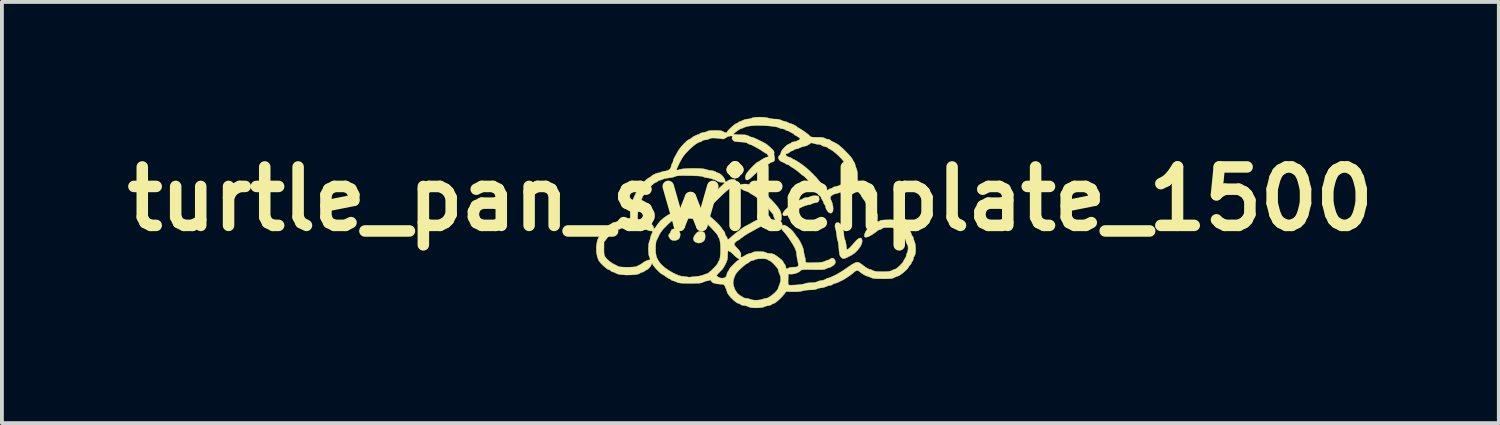
<source format=kicad_pcb>
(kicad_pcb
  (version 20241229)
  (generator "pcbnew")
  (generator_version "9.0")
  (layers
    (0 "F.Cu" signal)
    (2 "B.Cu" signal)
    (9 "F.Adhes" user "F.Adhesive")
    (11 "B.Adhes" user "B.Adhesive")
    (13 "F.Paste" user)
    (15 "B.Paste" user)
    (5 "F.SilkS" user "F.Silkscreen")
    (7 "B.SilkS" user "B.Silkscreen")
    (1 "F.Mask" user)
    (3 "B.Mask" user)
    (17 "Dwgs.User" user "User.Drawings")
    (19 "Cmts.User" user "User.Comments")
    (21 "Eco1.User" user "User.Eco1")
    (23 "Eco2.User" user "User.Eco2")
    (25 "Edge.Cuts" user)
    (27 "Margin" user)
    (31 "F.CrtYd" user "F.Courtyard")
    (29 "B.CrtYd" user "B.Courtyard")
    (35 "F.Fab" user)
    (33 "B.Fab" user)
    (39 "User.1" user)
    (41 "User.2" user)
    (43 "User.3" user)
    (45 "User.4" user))
  (footprint "turtle_pan_switchplate_1500"
    (layer "F.Cu")
    (at 16.517 2.138)
    (property "Reference" "turtle_pan_switchplate_1500" (at 0 0 0) (layer "F.SilkS") (effects (font (size 1.524 1.524) (thickness 0.3))))
    (attr through_hole)
    (fp_poly (pts (xy -1.235 0.854) (xy -1.198 0.88) (xy -1.181 0.929) (xy -1.178 0.983) (xy -1.183 1.04) (xy -1.201 1.079) (xy -1.227 1.107) (xy -1.289 1.143) (xy -1.359 1.151) (xy -1.426 1.129) (xy -1.446 1.116) (xy -1.481 1.074) (xy -1.487 1.024) (xy -1.462 0.965) (xy -1.43 0.92) (xy -1.392 0.877) (xy -1.36 0.855) (xy -1.324 0.847) (xy -1.296 0.847) (xy -1.235 0.854)) (stroke (width 0.01) (type solid)) (fill yes) (layer "F.SilkS"))
    (fp_poly (pts (xy -1.905 0.794) (xy -1.859 0.836) (xy -1.833 0.898) (xy -1.829 0.941) (xy -1.842 1.009) (xy -1.881 1.056) (xy -1.944 1.08) (xy -1.981 1.083) (xy -2.035 1.078) (xy -2.07 1.061) (xy -2.095 1.034) (xy -2.127 0.982) (xy -2.13 0.94) (xy -2.11 0.911) (xy -2.087 0.876) (xy -2.074 0.846) (xy -2.055 0.806) (xy -2.024 0.785) (xy -1.97 0.779) (xy -1.963 0.779) (xy -1.905 0.794)) (stroke (width 0.01) (type solid)) (fill yes) (layer "F.SilkS"))
    (fp_poly (pts (xy 1.715 -0.083) (xy 1.76 -0.075) (xy 1.784 -0.059) (xy 1.785 -0.058) (xy 1.798 0.009) (xy 1.782 0.06) (xy 1.74 0.092) (xy 1.682 0.102) (xy 1.634 0.111) (xy 1.601 0.128) (xy 1.559 0.147) (xy 1.521 0.152) (xy 1.477 0.16) (xy 1.416 0.18) (xy 1.348 0.208) (xy 1.287 0.239) (xy 1.251 0.258) (xy 1.222 0.271) (xy 1.189 0.289) (xy 1.139 0.321) (xy 1.083 0.359) (xy 1.076 0.364) (xy 1 0.411) (xy 0.934 0.437) (xy 0.883 0.441) (xy 0.858 0.429) (xy 0.844 0.395) (xy 0.859 0.349) (xy 0.905 0.291) (xy 0.953 0.246) (xy 1.007 0.199) (xy 1.055 0.16) (xy 1.089 0.134) (xy 1.095 0.131) (xy 1.176 0.086) (xy 1.245 0.05) (xy 1.298 0.026) (xy 1.327 0.017) (xy 1.329 0.017) (xy 1.357 0.005) (xy 1.372 -0.008) (xy 1.402 -0.026) (xy 1.448 -0.034) (xy 1.454 -0.034) (xy 1.509 -0.042) (xy 1.556 -0.058) (xy 1.558 -0.059) (xy 1.603 -0.076) (xy 1.659 -0.084) (xy 1.715 -0.083)) (stroke (width 0.01) (type solid)) (fill yes) (layer "F.SilkS"))
    (fp_poly (pts (xy 2.298 0.619) (xy 2.342 0.645) (xy 2.373 0.687) (xy 2.38 0.707) (xy 2.396 0.758) (xy 2.414 0.798) (xy 2.429 0.843) (xy 2.438 0.902) (xy 2.439 0.925) (xy 2.444 0.986) (xy 2.457 1.04) (xy 2.464 1.055) (xy 2.479 1.098) (xy 2.492 1.159) (xy 2.5 1.212) (xy 2.506 1.268) (xy 2.513 1.307) (xy 2.518 1.321) (xy 2.551 1.307) (xy 2.598 1.267) (xy 2.661 1.198) (xy 2.692 1.16) (xy 2.762 1.083) (xy 2.819 1.035) (xy 2.864 1.016) (xy 2.896 1.027) (xy 2.913 1.067) (xy 2.916 1.107) (xy 2.902 1.174) (xy 2.863 1.249) (xy 2.806 1.325) (xy 2.736 1.396) (xy 2.659 1.454) (xy 2.622 1.474) (xy 2.567 1.502) (xy 2.517 1.527) (xy 2.504 1.534) (xy 2.443 1.556) (xy 2.395 1.547) (xy 2.355 1.508) (xy 2.355 1.508) (xy 2.336 1.475) (xy 2.323 1.43) (xy 2.314 1.366) (xy 2.309 1.292) (xy 2.302 1.217) (xy 2.294 1.152) (xy 2.285 1.106) (xy 2.28 1.092) (xy 2.269 1.059) (xy 2.259 1.003) (xy 2.251 0.94) (xy 2.242 0.871) (xy 2.23 0.809) (xy 2.218 0.769) (xy 2.205 0.711) (xy 2.213 0.66) (xy 2.239 0.625) (xy 2.253 0.618) (xy 2.298 0.619)) (stroke (width 0.01) (type solid)) (fill yes) (layer "F.SilkS"))
    (fp_poly (pts (xy -0.108 -0.389) (xy -0.054 -0.381) (xy -0.02 -0.367) (xy -0.017 -0.364) (xy 0.01 -0.342) (xy 0.023 -0.338) (xy 0.056 -0.329) (xy 0.109 -0.304) (xy 0.176 -0.269) (xy 0.248 -0.226) (xy 0.296 -0.195) (xy 0.378 -0.133) (xy 0.468 -0.055) (xy 0.557 0.032) (xy 0.641 0.123) (xy 0.713 0.209) (xy 0.765 0.285) (xy 0.774 0.301) (xy 0.796 0.36) (xy 0.81 0.428) (xy 0.813 0.494) (xy 0.806 0.547) (xy 0.792 0.572) (xy 0.752 0.592) (xy 0.705 0.582) (xy 0.657 0.545) (xy 0.653 0.541) (xy 0.625 0.498) (xy 0.61 0.458) (xy 0.609 0.452) (xy 0.598 0.413) (xy 0.572 0.372) (xy 0.571 0.371) (xy 0.542 0.337) (xy 0.499 0.287) (xy 0.452 0.23) (xy 0.444 0.221) (xy 0.385 0.156) (xy 0.318 0.09) (xy 0.257 0.037) (xy 0.209 -0.002) (xy 0.172 -0.034) (xy 0.153 -0.05) (xy 0.152 -0.051) (xy 0.134 -0.064) (xy 0.096 -0.088) (xy 0.059 -0.109) (xy 0.012 -0.138) (xy -0.023 -0.161) (xy -0.034 -0.171) (xy -0.055 -0.184) (xy -0.091 -0.196) (xy -0.15 -0.216) (xy -0.208 -0.245) (xy -0.255 -0.277) (xy -0.283 -0.306) (xy -0.285 -0.314) (xy -0.278 -0.348) (xy -0.261 -0.367) (xy -0.223 -0.382) (xy -0.168 -0.389) (xy -0.108 -0.389)) (stroke (width 0.01) (type solid)) (fill yes) (layer "F.SilkS"))
    (fp_poly (pts (xy 0.31 -2.132) (xy 0.39 -2.125) (xy 0.455 -2.114) (xy 0.474 -2.108) (xy 0.532 -2.094) (xy 0.605 -2.085) (xy 0.65 -2.083) (xy 0.716 -2.079) (xy 0.768 -2.069) (xy 0.788 -2.06) (xy 0.827 -2.042) (xy 0.879 -2.026) (xy 0.888 -2.025) (xy 0.941 -2.01) (xy 0.984 -1.992) (xy 0.989 -1.988) (xy 1.028 -1.969) (xy 1.053 -1.964) (xy 1.083 -1.956) (xy 1.128 -1.936) (xy 1.175 -1.911) (xy 1.211 -1.887) (xy 1.219 -1.879) (xy 1.239 -1.863) (xy 1.271 -1.844) (xy 1.335 -1.807) (xy 1.404 -1.76) (xy 1.469 -1.713) (xy 1.521 -1.671) (xy 1.54 -1.653) (xy 1.561 -1.632) (xy 1.584 -1.619) (xy 1.616 -1.612) (xy 1.666 -1.609) (xy 1.741 -1.609) (xy 1.744 -1.609) (xy 1.834 -1.607) (xy 1.895 -1.6) (xy 1.932 -1.589) (xy 1.94 -1.584) (xy 1.982 -1.564) (xy 2.018 -1.558) (xy 2.056 -1.552) (xy 2.074 -1.541) (xy 2.096 -1.522) (xy 2.134 -1.5) (xy 2.139 -1.498) (xy 2.191 -1.472) (xy 2.248 -1.443) (xy 2.255 -1.439) (xy 2.299 -1.41) (xy 2.357 -1.362) (xy 2.423 -1.302) (xy 2.491 -1.235) (xy 2.556 -1.168) (xy 2.611 -1.106) (xy 2.65 -1.056) (xy 2.666 -1.029) (xy 2.686 -0.987) (xy 2.704 -0.961) (xy 2.707 -0.958) (xy 2.72 -0.936) (xy 2.732 -0.896) (xy 2.733 -0.89) (xy 2.749 -0.834) (xy 2.769 -0.784) (xy 2.784 -0.732) (xy 2.793 -0.651) (xy 2.794 -0.59) (xy 2.794 -0.444) (xy 2.874 -0.38) (xy 2.925 -0.337) (xy 2.971 -0.295) (xy 2.992 -0.272) (xy 3.026 -0.234) (xy 3.054 -0.203) (xy 3.079 -0.165) (xy 3.088 -0.144) (xy 3.106 -0.11) (xy 3.137 -0.067) (xy 3.15 -0.053) (xy 3.181 -0.011) (xy 3.199 0.024) (xy 3.2 0.034) (xy 3.213 0.07) (xy 3.223 0.083) (xy 3.238 0.11) (xy 3.252 0.157) (xy 3.257 0.193) (xy 3.269 0.26) (xy 3.287 0.325) (xy 3.295 0.349) (xy 3.314 0.419) (xy 3.312 0.501) (xy 3.312 0.503) (xy 3.307 0.555) (xy 3.31 0.582) (xy 3.322 0.592) (xy 3.334 0.593) (xy 3.365 0.583) (xy 3.374 0.572) (xy 3.391 0.561) (xy 3.436 0.553) (xy 3.511 0.547) (xy 3.568 0.545) (xy 3.666 0.544) (xy 3.742 0.549) (xy 3.807 0.565) (xy 3.873 0.594) (xy 3.951 0.639) (xy 3.989 0.664) (xy 4.043 0.705) (xy 4.098 0.758) (xy 4.146 0.815) (xy 4.182 0.868) (xy 4.199 0.91) (xy 4.199 0.916) (xy 4.212 0.95) (xy 4.225 0.965) (xy 4.246 0.999) (xy 4.25 1.022) (xy 4.259 1.062) (xy 4.279 1.108) (xy 4.279 1.109) (xy 4.296 1.158) (xy 4.307 1.225) (xy 4.311 1.301) (xy 4.308 1.376) (xy 4.299 1.439) (xy 4.283 1.481) (xy 4.28 1.486) (xy 4.257 1.528) (xy 4.25 1.561) (xy 4.241 1.603) (xy 4.225 1.626) (xy 4.203 1.655) (xy 4.199 1.67) (xy 4.188 1.698) (xy 4.166 1.723) (xy 4.14 1.749) (xy 4.132 1.766) (xy 4.119 1.792) (xy 4.085 1.832) (xy 4.037 1.879) (xy 3.981 1.926) (xy 3.926 1.969) (xy 3.877 2) (xy 3.843 2.015) (xy 3.839 2.015) (xy 3.812 2.023) (xy 3.769 2.041) (xy 3.755 2.049) (xy 3.725 2.063) (xy 3.692 2.072) (xy 3.648 2.078) (xy 3.587 2.081) (xy 3.502 2.082) (xy 3.45 2.082) (xy 3.349 2.081) (xy 3.276 2.079) (xy 3.222 2.073) (xy 3.182 2.065) (xy 3.148 2.052) (xy 3.141 2.049) (xy 3.096 2.029) (xy 3.064 2.017) (xy 3.058 2.016) (xy 3.023 2.006) (xy 2.973 1.981) (xy 2.92 1.95) (xy 2.876 1.918) (xy 2.862 1.905) (xy 2.812 1.87) (xy 2.763 1.868) (xy 2.713 1.901) (xy 2.709 1.906) (xy 2.669 1.941) (xy 2.611 1.985) (xy 2.543 2.033) (xy 2.475 2.077) (xy 2.417 2.111) (xy 2.388 2.125) (xy 2.357 2.139) (xy 2.312 2.162) (xy 2.3 2.168) (xy 2.252 2.189) (xy 2.212 2.201) (xy 2.204 2.201) (xy 2.166 2.214) (xy 2.151 2.227) (xy 2.118 2.246) (xy 2.085 2.253) (xy 2.042 2.26) (xy 1.988 2.279) (xy 1.973 2.286) (xy 1.912 2.308) (xy 1.849 2.319) (xy 1.837 2.32) (xy 1.785 2.327) (xy 1.742 2.342) (xy 1.737 2.346) (xy 1.697 2.361) (xy 1.627 2.369) (xy 1.572 2.371) (xy 1.49 2.375) (xy 1.412 2.385) (xy 1.362 2.397) (xy 1.3 2.412) (xy 1.22 2.419) (xy 1.115 2.42) (xy 1.108 2.42) (xy 0.932 2.415) (xy 0.873 2.493) (xy 0.827 2.547) (xy 0.773 2.603) (xy 0.716 2.655) (xy 0.665 2.696) (xy 0.624 2.721) (xy 0.608 2.726) (xy 0.573 2.738) (xy 0.561 2.749) (xy 0.533 2.766) (xy 0.486 2.779) (xy 0.463 2.783) (xy 0.41 2.794) (xy 0.37 2.808) (xy 0.36 2.814) (xy 0.331 2.824) (xy 0.278 2.832) (xy 0.211 2.838) (xy 0.139 2.84) (xy 0.072 2.838) (xy 0.019 2.832) (xy 0.008 2.83) (xy -0.042 2.814) (xy -0.079 2.797) (xy -0.123 2.783) (xy -0.175 2.777) (xy -0.175 2.777) (xy -0.22 2.77) (xy -0.253 2.753) (xy -0.254 2.752) (xy -0.286 2.73) (xy -0.303 2.726) (xy -0.34 2.714) (xy -0.39 2.68) (xy -0.446 2.632) (xy -0.503 2.576) (xy -0.553 2.518) (xy -0.59 2.466) (xy -0.609 2.425) (xy -0.609 2.418) (xy -0.616 2.391) (xy -0.632 2.345) (xy -0.647 2.311) (xy -0.67 2.262) (xy -0.69 2.237) (xy -0.717 2.227) (xy -0.753 2.224) (xy -0.812 2.22) (xy -0.866 2.212) (xy -0.872 2.211) (xy -0.918 2.201) (xy -0.448 2.201) (xy -0.438 2.256) (xy -0.432 2.281) (xy -0.392 2.383) (xy -0.333 2.466) (xy -0.26 2.524) (xy -0.255 2.526) (xy -0.212 2.55) (xy -0.183 2.571) (xy -0.18 2.573) (xy -0.152 2.585) (xy -0.108 2.591) (xy -0.102 2.591) (xy -0.048 2.599) (xy -0.001 2.616) (xy 0 2.616) (xy 0.05 2.632) (xy 0.12 2.64) (xy 0.197 2.638) (xy 0.269 2.629) (xy 0.311 2.616) (xy 0.363 2.599) (xy 0.41 2.591) (xy 0.415 2.591) (xy 0.455 2.579) (xy 0.508 2.549) (xy 0.567 2.506) (xy 0.626 2.456) (xy 0.677 2.405) (xy 0.713 2.359) (xy 0.728 2.324) (xy 0.728 2.323) (xy 0.735 2.299) (xy 0.751 2.257) (xy 0.762 2.233) (xy 0.791 2.131) (xy 0.787 2.03) (xy 0.762 1.956) (xy 0.741 1.905) (xy 0.73 1.861) (xy 0.729 1.851) (xy 0.717 1.823) (xy 0.686 1.781) (xy 0.644 1.732) (xy 0.597 1.683) (xy 0.552 1.642) (xy 0.516 1.615) (xy 0.5 1.609) (xy 0.472 1.597) (xy 0.457 1.583) (xy 0.429 1.569) (xy 0.376 1.561) (xy 0.31 1.558) (xy 0.24 1.559) (xy 0.176 1.566) (xy 0.128 1.579) (xy 0.119 1.583) (xy 0.074 1.602) (xy 0.041 1.608) (xy 0.003 1.621) (xy -0.025 1.643) (xy -0.054 1.668) (xy -0.072 1.676) (xy -0.097 1.688) (xy -0.14 1.718) (xy -0.192 1.762) (xy -0.249 1.813) (xy -0.303 1.866) (xy -0.348 1.915) (xy -0.378 1.953) (xy -0.4 1.997) (xy -0.423 2.058) (xy -0.433 2.093) (xy -0.446 2.152) (xy -0.448 2.201) (xy -0.918 2.201) (xy -0.922 2.2) (xy -0.961 2.192) (xy -0.996 2.172) (xy -1.022 2.139) (xy -1.042 2.111) (xy -1.057 2.114) (xy -1.081 2.129) (xy -1.115 2.134) (xy -1.159 2.142) (xy -1.212 2.162) (xy -1.224 2.167) (xy -1.251 2.18) (xy -1.281 2.189) (xy -1.32 2.195) (xy -1.375 2.199) (xy -1.45 2.2) (xy -1.553 2.201) (xy -1.571 2.201) (xy -1.679 2.2) (xy -1.76 2.198) (xy -1.818 2.194) (xy -1.862 2.188) (xy -1.895 2.179) (xy -1.922 2.167) (xy -1.97 2.147) (xy -2.009 2.135) (xy -2.017 2.134) (xy -2.051 2.122) (xy -2.066 2.108) (xy -2.093 2.087) (xy -2.108 2.083) (xy -2.132 2.073) (xy -2.172 2.048) (xy -2.206 2.024) (xy -2.251 1.991) (xy -2.286 1.97) (xy -2.3 1.964) (xy -2.321 1.952) (xy -2.358 1.921) (xy -2.404 1.877) (xy -2.452 1.828) (xy -2.495 1.779) (xy -2.528 1.737) (xy -2.543 1.713) (xy -2.561 1.668) (xy -2.581 1.714) (xy -2.604 1.756) (xy -2.637 1.798) (xy -2.671 1.831) (xy -2.696 1.846) (xy -2.697 1.846) (xy -2.72 1.855) (xy -2.754 1.879) (xy -2.756 1.88) (xy -2.795 1.904) (xy -2.828 1.913) (xy -2.864 1.926) (xy -2.877 1.937) (xy -2.909 1.955) (xy -2.968 1.969) (xy -3.046 1.978) (xy -3.136 1.982) (xy -3.23 1.983) (xy -3.321 1.978) (xy -3.403 1.969) (xy -3.467 1.955) (xy -3.506 1.937) (xy -3.506 1.937) (xy -3.542 1.917) (xy -3.586 1.903) (xy -3.625 1.889) (xy -3.647 1.87) (xy -3.648 1.869) (xy -3.67 1.849) (xy -3.688 1.846) (xy -3.717 1.834) (xy -3.762 1.803) (xy -3.814 1.759) (xy -3.867 1.709) (xy -3.914 1.659) (xy -3.948 1.616) (xy -3.955 1.604) (xy -3.991 1.508) (xy -4.013 1.394) (xy -4.017 1.294) (xy -3.817 1.294) (xy -3.817 1.374) (xy -3.814 1.429) (xy -3.806 1.468) (xy -3.793 1.499) (xy -3.776 1.526) (xy -3.734 1.574) (xy -3.674 1.626) (xy -3.607 1.674) (xy -3.545 1.709) (xy -3.521 1.719) (xy -3.479 1.739) (xy -3.458 1.755) (xy -3.431 1.766) (xy -3.378 1.773) (xy -3.307 1.778) (xy -3.226 1.78) (xy -3.143 1.779) (xy -3.066 1.775) (xy -3.002 1.769) (xy -2.959 1.76) (xy -2.946 1.753) (xy -2.919 1.731) (xy -2.904 1.727) (xy -2.88 1.718) (xy -2.84 1.693) (xy -2.804 1.667) (xy -2.75 1.631) (xy -2.695 1.605) (xy -2.667 1.597) (xy -2.625 1.588) (xy -2.611 1.572) (xy -2.619 1.541) (xy -2.633 1.513) (xy -2.647 1.467) (xy -2.655 1.398) (xy -2.659 1.317) (xy -2.658 1.296) (xy -2.472 1.296) (xy -2.468 1.406) (xy -2.452 1.494) (xy -2.42 1.572) (xy -2.37 1.651) (xy -2.344 1.685) (xy -2.287 1.744) (xy -2.211 1.806) (xy -2.121 1.867) (xy -2.026 1.923) (xy -1.933 1.969) (xy -1.849 2.002) (xy -1.782 2.017) (xy -1.776 2.017) (xy -1.716 2.022) (xy -1.661 2.03) (xy -1.651 2.032) (xy -1.603 2.04) (xy -1.566 2.038) (xy -1.533 2.033) (xy -1.478 2.027) (xy -1.412 2.021) (xy -1.405 2.021) (xy -1.332 2.011) (xy -1.267 1.997) (xy -0.886 1.997) (xy -0.845 2.031) (xy -0.794 2.058) (xy -0.734 2.067) (xy -0.678 2.058) (xy -0.638 2.031) (xy -0.636 2.028) (xy -0.616 1.986) (xy -0.61 1.954) (xy -0.599 1.915) (xy -0.586 1.898) (xy -0.563 1.866) (xy -0.552 1.839) (xy -0.537 1.813) (xy -0.504 1.773) (xy -0.459 1.725) (xy -0.41 1.677) (xy -0.363 1.634) (xy -0.325 1.603) (xy -0.303 1.592) (xy -0.288 1.583) (xy -0.295 1.566) (xy -0.319 1.55) (xy -0.32 1.55) (xy -0.348 1.533) (xy -0.39 1.498) (xy -0.434 1.456) (xy -0.478 1.413) (xy -0.515 1.383) (xy -0.537 1.372) (xy -0.537 1.372) (xy -0.557 1.36) (xy -0.559 1.354) (xy -0.569 1.344) (xy -0.576 1.346) (xy -0.584 1.367) (xy -0.59 1.412) (xy -0.593 1.472) (xy -0.593 1.473) (xy -0.595 1.541) (xy -0.605 1.596) (xy -0.626 1.652) (xy -0.652 1.705) (xy -0.684 1.763) (xy -0.712 1.81) (xy -0.731 1.836) (xy -0.733 1.838) (xy -0.756 1.86) (xy -0.792 1.897) (xy -0.82 1.926) (xy -0.886 1.997) (xy -1.267 1.997) (xy -1.263 1.996) (xy -1.216 1.979) (xy -1.169 1.959) (xy -1.132 1.948) (xy -1.126 1.947) (xy -1.102 1.936) (xy -1.063 1.905) (xy -1.014 1.861) (xy -0.962 1.81) (xy -0.913 1.759) (xy -0.874 1.714) (xy -0.851 1.681) (xy -0.847 1.67) (xy -0.835 1.638) (xy -0.82 1.618) (xy -0.802 1.582) (xy -0.789 1.521) (xy -0.78 1.441) (xy -0.777 1.351) (xy -0.778 1.258) (xy -0.783 1.17) (xy -0.793 1.094) (xy -0.808 1.039) (xy -0.821 1.017) (xy -0.842 0.981) (xy -0.847 0.958) (xy -0.858 0.936) (xy -0.89 0.896) (xy -0.937 0.842) (xy -0.996 0.778) (xy -1.03 0.744) (xy -1.213 0.559) (xy -1.297 0.559) (xy -1.357 0.554) (xy -1.404 0.54) (xy -1.415 0.534) (xy -1.447 0.523) (xy -1.503 0.514) (xy -1.576 0.509) (xy -1.658 0.506) (xy -1.741 0.507) (xy -1.818 0.511) (xy -1.881 0.518) (xy -1.921 0.527) (xy -1.93 0.533) (xy -1.963 0.553) (xy -1.995 0.559) (xy -2.018 0.56) (xy -2.039 0.567) (xy -2.064 0.583) (xy -2.098 0.614) (xy -2.149 0.662) (xy -2.176 0.689) (xy -2.248 0.762) (xy -2.301 0.821) (xy -2.339 0.873) (xy -2.37 0.927) (xy -2.385 0.957) (xy -2.412 1.014) (xy -2.437 1.066) (xy -2.448 1.086) (xy -2.462 1.135) (xy -2.47 1.215) (xy -2.472 1.296) (xy -2.658 1.296) (xy -2.656 1.235) (xy -2.649 1.163) (xy -2.636 1.113) (xy -2.617 1.058) (xy -2.602 0.997) (xy -2.6 0.991) (xy -2.586 0.94) (xy -2.567 0.9) (xy -2.562 0.894) (xy -2.547 0.862) (xy -2.557 0.838) (xy -2.587 0.834) (xy -2.59 0.834) (xy -2.626 0.832) (xy -2.66 0.82) (xy -2.706 0.804) (xy -2.76 0.796) (xy -2.761 0.796) (xy -2.813 0.788) (xy -2.858 0.769) (xy -2.859 0.769) (xy -2.897 0.755) (xy -2.959 0.745) (xy -3.038 0.74) (xy -3.125 0.738) (xy -3.21 0.74) (xy -3.286 0.746) (xy -3.344 0.757) (xy -3.371 0.767) (xy -3.417 0.789) (xy -3.457 0.796) (xy -3.496 0.803) (xy -3.517 0.817) (xy -3.539 0.839) (xy -3.578 0.869) (xy -3.594 0.881) (xy -3.638 0.916) (xy -3.689 0.967) (xy -3.737 1.023) (xy -3.816 1.123) (xy -3.817 1.294) (xy -4.017 1.294) (xy -4.018 1.275) (xy -4.011 1.196) (xy -4 1.132) (xy -3.988 1.08) (xy -3.979 1.05) (xy -3.978 1.05) (xy -3.962 1.02) (xy -3.939 0.974) (xy -3.928 0.953) (xy -3.902 0.913) (xy -3.862 0.862) (xy -3.813 0.806) (xy -3.761 0.752) (xy -3.712 0.705) (xy -3.673 0.673) (xy -3.649 0.66) (xy -3.621 0.649) (xy -3.607 0.635) (xy -3.575 0.616) (xy -3.539 0.61) (xy -3.497 0.601) (xy -3.472 0.585) (xy -3.442 0.565) (xy -3.396 0.551) (xy -3.389 0.55) (xy -3.337 0.541) (xy -3.27 0.529) (xy -3.23 0.521) (xy -3.133 0.501) (xy -3.133 0.5) (xy -2.941 0.5) (xy -2.938 0.527) (xy -2.929 0.539) (xy -2.914 0.542) (xy -2.908 0.542) (xy -2.869 0.55) (xy -2.819 0.569) (xy -2.807 0.576) (xy -2.76 0.597) (xy -2.723 0.609) (xy -2.716 0.61) (xy -2.683 0.617) (xy -2.64 0.635) (xy -2.636 0.637) (xy -2.592 0.66) (xy -2.559 0.676) (xy -2.557 0.677) (xy -2.536 0.702) (xy -2.526 0.734) (xy -2.519 0.768) (xy -2.505 0.775) (xy -2.482 0.754) (xy -2.448 0.704) (xy -2.406 0.644) (xy -2.356 0.584) (xy -2.339 0.566) (xy -2.285 0.517) (xy -2.221 0.468) (xy -2.156 0.425) (xy -2.098 0.392) (xy -2.054 0.374) (xy -2.043 0.373) (xy -1.999 0.363) (xy -1.972 0.349) (xy -1.945 0.339) (xy -1.894 0.331) (xy -1.814 0.323) (xy -1.706 0.317) (xy -1.626 0.313) (xy -1.515 0.309) (xy -1.433 0.304) (xy -1.375 0.299) (xy -1.337 0.294) (xy -1.312 0.286) (xy -1.297 0.276) (xy -1.287 0.265) (xy -1.264 0.226) (xy -1.253 0.201) (xy -1.234 0.168) (xy -1.195 0.116) (xy -1.139 0.051) (xy -1.071 -0.025) (xy -0.994 -0.106) (xy -0.912 -0.188) (xy -0.831 -0.267) (xy -0.753 -0.337) (xy -0.739 -0.35) (xy -0.7 -0.387) (xy -0.675 -0.415) (xy -0.672 -0.428) (xy -0.696 -0.433) (xy -0.74 -0.436) (xy -0.757 -0.436) (xy -0.816 -0.443) (xy -0.855 -0.463) (xy -0.887 -0.486) (xy -0.908 -0.491) (xy -0.941 -0.5) (xy -0.97 -0.514) (xy -1.007 -0.529) (xy -1.064 -0.542) (xy -1.108 -0.549) (xy -1.167 -0.558) (xy -1.213 -0.571) (xy -1.233 -0.58) (xy -1.259 -0.589) (xy -1.312 -0.596) (xy -1.396 -0.601) (xy -1.512 -0.605) (xy -1.584 -0.607) (xy -1.702 -0.608) (xy -1.79 -0.608) (xy -1.855 -0.606) (xy -1.902 -0.602) (xy -1.935 -0.596) (xy -1.959 -0.587) (xy -1.963 -0.585) (xy -2.008 -0.569) (xy -2.072 -0.555) (xy -2.13 -0.548) (xy -2.194 -0.539) (xy -2.25 -0.527) (xy -2.281 -0.514) (xy -2.322 -0.496) (xy -2.351 -0.491) (xy -2.386 -0.48) (xy -2.421 -0.457) (xy -2.456 -0.433) (xy -2.482 -0.423) (xy -2.506 -0.411) (xy -2.545 -0.379) (xy -2.594 -0.334) (xy -2.645 -0.281) (xy -2.694 -0.228) (xy -2.734 -0.179) (xy -2.759 -0.143) (xy -2.763 -0.134) (xy -2.779 -0.099) (xy -2.794 -0.085) (xy -2.794 -0.085) (xy -2.807 -0.07) (xy -2.819 -0.035) (xy -2.819 -0.035) (xy -2.835 0.008) (xy -2.854 0.035) (xy -2.873 0.066) (xy -2.879 0.1) (xy -2.887 0.148) (xy -2.902 0.178) (xy -2.913 0.21) (xy -2.924 0.268) (xy -2.932 0.342) (xy -2.935 0.377) (xy -2.94 0.452) (xy -2.941 0.5) (xy -3.133 0.5) (xy -3.132 0.373) (xy -3.129 0.283) (xy -3.119 0.202) (xy -3.099 0.121) (xy -3.067 0.032) (xy -3.021 -0.074) (xy -3 -0.119) (xy -2.961 -0.195) (xy -2.914 -0.274) (xy -2.87 -0.338) (xy -2.869 -0.34) (xy -2.823 -0.395) (xy -2.77 -0.45) (xy -2.716 -0.499) (xy -2.669 -0.537) (xy -2.635 -0.557) (xy -2.627 -0.559) (xy -2.603 -0.571) (xy -2.596 -0.581) (xy -2.569 -0.605) (xy -2.523 -0.633) (xy -2.469 -0.658) (xy -2.42 -0.675) (xy -2.4 -0.678) (xy -2.357 -0.687) (xy -2.32 -0.703) (xy -2.274 -0.719) (xy -2.218 -0.727) (xy -2.213 -0.728) (xy -2.152 -0.741) (xy -2.135 -0.753) (xy -1.927 -0.753) (xy -1.927 -0.753) (xy -1.906 -0.752) (xy -1.865 -0.761) (xy -1.838 -0.769) (xy -1.786 -0.781) (xy -1.711 -0.789) (xy -1.619 -0.795) (xy -1.519 -0.797) (xy -1.417 -0.797) (xy -1.322 -0.794) (xy -1.242 -0.788) (xy -1.183 -0.778) (xy -1.162 -0.772) (xy -1.113 -0.756) (xy -1.05 -0.744) (xy -1.02 -0.741) (xy -0.962 -0.731) (xy -0.915 -0.715) (xy -0.9 -0.705) (xy -0.864 -0.683) (xy -0.839 -0.677) (xy -0.803 -0.664) (xy -0.759 -0.63) (xy -0.715 -0.585) (xy -0.68 -0.537) (xy -0.661 -0.496) (xy -0.66 -0.488) (xy -0.654 -0.45) (xy -0.634 -0.443) (xy -0.605 -0.464) (xy -0.561 -0.491) (xy -0.501 -0.509) (xy -0.442 -0.513) (xy -0.413 -0.507) (xy -0.382 -0.484) (xy -0.373 -0.443) (xy -0.373 -0.442) (xy -0.377 -0.412) (xy -0.395 -0.385) (xy -0.432 -0.354) (xy -0.47 -0.328) (xy -0.544 -0.273) (xy -0.637 -0.194) (xy -0.747 -0.093) (xy -0.873 0.029) (xy -1.012 0.17) (xy -1.071 0.232) (xy -1.186 0.352) (xy -1.134 0.392) (xy -1.035 0.471) (xy -0.941 0.553) (xy -0.858 0.632) (xy -0.792 0.703) (xy -0.753 0.754) (xy -0.719 0.803) (xy -0.691 0.84) (xy -0.676 0.856) (xy -0.664 0.879) (xy -0.66 0.905) (xy -0.65 0.945) (xy -0.635 0.965) (xy -0.613 0.992) (xy -0.609 1.005) (xy -0.601 1.036) (xy -0.595 1.047) (xy -0.58 1.054) (xy -0.555 1.041) (xy -0.513 1.006) (xy -0.506 0.999) (xy -0.452 0.951) (xy -0.386 0.896) (xy -0.33 0.854) (xy -0.277 0.814) (xy -0.232 0.78) (xy -0.204 0.758) (xy -0.203 0.757) (xy -0.175 0.738) (xy -0.128 0.711) (xy -0.085 0.688) (xy -0.025 0.657) (xy 0.031 0.625) (xy 0.059 0.609) (xy 0.108 0.581) (xy 0.152 0.559) (xy 0.152 0.559) (xy 0.199 0.538) (xy 0.243 0.517) (xy 0.286 0.498) (xy 0.319 0.491) (xy 0.355 0.482) (xy 0.386 0.465) (xy 0.437 0.443) (xy 0.482 0.449) (xy 0.512 0.477) (xy 0.522 0.522) (xy 0.516 0.552) (xy 0.485 0.598) (xy 0.43 0.641) (xy 0.373 0.67) (xy 0.329 0.69) (xy 0.269 0.72) (xy 0.204 0.753) (xy 0.148 0.783) (xy 0.127 0.796) (xy 0.083 0.821) (xy 0.025 0.853) (xy -0.017 0.875) (xy -0.079 0.911) (xy -0.152 0.958) (xy -0.214 1.003) (xy -0.265 1.041) (xy -0.305 1.07) (xy -0.328 1.083) (xy -0.33 1.084) (xy -0.354 1.096) (xy -0.385 1.124) (xy -0.412 1.157) (xy -0.423 1.183) (xy -0.412 1.206) (xy -0.382 1.243) (xy -0.347 1.28) (xy -0.281 1.354) (xy -0.247 1.419) (xy -0.246 1.474) (xy -0.246 1.475) (xy -0.251 1.511) (xy -0.235 1.522) (xy -0.197 1.509) (xy -0.148 1.481) (xy -0.094 1.449) (xy -0.045 1.428) (xy -0.017 1.422) (xy 0.03 1.411) (xy 0.058 1.396) (xy 0.096 1.381) (xy 0.161 1.373) (xy 0.229 1.372) (xy 0.316 1.375) (xy 0.374 1.385) (xy 0.399 1.396) (xy 0.435 1.412) (xy 0.489 1.421) (xy 0.512 1.422) (xy 0.568 1.427) (xy 0.618 1.445) (xy 0.677 1.481) (xy 0.682 1.484) (xy 0.757 1.54) (xy 0.815 1.589) (xy 0.852 1.629) (xy 0.863 1.653) (xy 0.875 1.679) (xy 0.889 1.693) (xy 0.909 1.723) (xy 0.924 1.768) (xy 0.924 1.771) (xy 0.935 1.813) (xy 0.95 1.826) (xy 0.978 1.812) (xy 0.99 1.803) (xy 1.032 1.787) (xy 1.101 1.779) (xy 1.13 1.778) (xy 1.19 1.776) (xy 1.228 1.767) (xy 1.247 1.744) (xy 1.25 1.703) (xy 1.239 1.637) (xy 1.23 1.594) (xy 1.217 1.524) (xy 1.207 1.459) (xy 1.202 1.414) (xy 1.202 1.411) (xy 1.192 1.357) (xy 1.163 1.285) (xy 1.118 1.2) (xy 1.087 1.149) (xy 1.027 1.057) (xy 0.971 0.977) (xy 0.923 0.914) (xy 0.894 0.88) (xy 0.855 0.837) (xy 0.824 0.795) (xy 0.806 0.761) (xy 0.809 0.736) (xy 0.822 0.715) (xy 0.851 0.686) (xy 0.883 0.68) (xy 0.928 0.699) (xy 0.961 0.719) (xy 1.043 0.78) (xy 1.11 0.846) (xy 1.173 0.93) (xy 1.185 0.949) (xy 1.215 0.99) (xy 1.236 1.015) (xy 1.266 1.057) (xy 1.3 1.116) (xy 1.334 1.185) (xy 1.363 1.253) (xy 1.383 1.31) (xy 1.389 1.342) (xy 1.394 1.392) (xy 1.407 1.454) (xy 1.414 1.48) (xy 1.429 1.539) (xy 1.438 1.593) (xy 1.439 1.611) (xy 1.44 1.632) (xy 1.445 1.647) (xy 1.459 1.657) (xy 1.488 1.662) (xy 1.536 1.663) (xy 1.608 1.662) (xy 1.702 1.66) (xy 1.796 1.656) (xy 1.864 1.649) (xy 1.913 1.638) (xy 1.947 1.623) (xy 1.992 1.603) (xy 2.029 1.592) (xy 2.034 1.592) (xy 2.068 1.58) (xy 2.083 1.566) (xy 2.119 1.543) (xy 2.159 1.546) (xy 2.194 1.572) (xy 2.215 1.616) (xy 2.218 1.644) (xy 2.211 1.681) (xy 2.185 1.715) (xy 2.148 1.744) (xy 2.1 1.774) (xy 2.058 1.792) (xy 2.042 1.795) (xy 2.001 1.805) (xy 1.967 1.822) (xy 1.948 1.832) (xy 1.921 1.839) (xy 1.88 1.843) (xy 1.82 1.845) (xy 1.736 1.845) (xy 1.634 1.843) (xy 1.525 1.842) (xy 1.446 1.841) (xy 1.391 1.843) (xy 1.355 1.847) (xy 1.332 1.853) (xy 1.319 1.863) (xy 1.317 1.865) (xy 1.276 1.899) (xy 1.214 1.93) (xy 1.143 1.952) (xy 1.077 1.961) (xy 1.061 1.961) (xy 0.991 1.956) (xy 0.986 2.081) (xy 0.984 2.146) (xy 0.986 2.199) (xy 0.989 2.229) (xy 0.99 2.231) (xy 0.999 2.241) (xy 1.022 2.247) (xy 1.063 2.249) (xy 1.129 2.246) (xy 1.19 2.243) (xy 1.271 2.236) (xy 1.344 2.227) (xy 1.4 2.216) (xy 1.426 2.208) (xy 1.467 2.195) (xy 1.529 2.187) (xy 1.587 2.184) (xy 1.662 2.181) (xy 1.717 2.17) (xy 1.736 2.161) (xy 1.772 2.145) (xy 1.826 2.131) (xy 1.858 2.126) (xy 1.912 2.115) (xy 1.953 2.099) (xy 1.965 2.09) (xy 1.998 2.069) (xy 2.019 2.066) (xy 2.058 2.058) (xy 2.097 2.042) (xy 2.147 2.018) (xy 2.184 2.001) (xy 2.256 1.965) (xy 2.347 1.912) (xy 2.448 1.847) (xy 2.553 1.774) (xy 2.563 1.768) (xy 2.629 1.722) (xy 2.692 1.685) (xy 2.743 1.66) (xy 2.765 1.653) (xy 2.796 1.65) (xy 2.824 1.655) (xy 2.859 1.673) (xy 2.906 1.707) (xy 2.943 1.735) (xy 3 1.777) (xy 3.05 1.809) (xy 3.085 1.827) (xy 3.094 1.829) (xy 3.128 1.837) (xy 3.174 1.856) (xy 3.188 1.863) (xy 3.223 1.878) (xy 3.263 1.888) (xy 3.316 1.894) (xy 3.391 1.896) (xy 3.442 1.897) (xy 3.531 1.896) (xy 3.595 1.892) (xy 3.641 1.884) (xy 3.678 1.872) (xy 3.696 1.863) (xy 3.741 1.841) (xy 3.777 1.83) (xy 3.783 1.829) (xy 3.807 1.817) (xy 3.845 1.787) (xy 3.89 1.746) (xy 3.935 1.7) (xy 3.972 1.659) (xy 3.993 1.628) (xy 3.996 1.619) (xy 4.007 1.591) (xy 4.03 1.558) (xy 4.055 1.518) (xy 4.065 1.483) (xy 4.073 1.442) (xy 4.089 1.405) (xy 4.106 1.359) (xy 4.113 1.302) (xy 4.112 1.245) (xy 4.101 1.201) (xy 4.092 1.187) (xy 4.074 1.159) (xy 4.06 1.113) (xy 4.057 1.1) (xy 4.047 1.058) (xy 4.035 1.035) (xy 4.031 1.033) (xy 4.017 1.018) (xy 4.005 0.986) (xy 3.987 0.938) (xy 3.954 0.895) (xy 3.9 0.852) (xy 3.83 0.808) (xy 3.772 0.775) (xy 3.726 0.756) (xy 3.678 0.748) (xy 3.614 0.745) (xy 3.591 0.745) (xy 3.515 0.747) (xy 3.466 0.754) (xy 3.44 0.768) (xy 3.437 0.77) (xy 3.406 0.792) (xy 3.388 0.796) (xy 3.353 0.806) (xy 3.327 0.821) (xy 3.227 0.895) (xy 3.147 0.948) (xy 3.083 0.981) (xy 3.031 0.997) (xy 3.004 0.999) (xy 2.979 0.987) (xy 2.973 0.954) (xy 2.982 0.908) (xy 3.005 0.855) (xy 3.04 0.801) (xy 3.084 0.754) (xy 3.088 0.751) (xy 3.145 0.703) (xy 3.131 0.567) (xy 3.121 0.493) (xy 3.107 0.424) (xy 3.093 0.373) (xy 3.091 0.369) (xy 3.073 0.308) (xy 3.065 0.245) (xy 3.065 0.24) (xy 3.058 0.189) (xy 3.042 0.154) (xy 3.04 0.152) (xy 3.018 0.125) (xy 3.014 0.11) (xy 3.004 0.086) (xy 2.98 0.046) (xy 2.955 0.012) (xy 2.923 -0.032) (xy 2.901 -0.066) (xy 2.895 -0.079) (xy 2.885 -0.099) (xy 2.858 -0.135) (xy 2.826 -0.174) (xy 2.786 -0.218) (xy 2.755 -0.242) (xy 2.722 -0.252) (xy 2.678 -0.253) (xy 2.62 -0.248) (xy 2.57 -0.235) (xy 2.557 -0.229) (xy 2.51 -0.211) (xy 2.455 -0.203) (xy 2.401 -0.195) (xy 2.341 -0.175) (xy 2.328 -0.169) (xy 2.277 -0.149) (xy 2.232 -0.137) (xy 2.222 -0.136) (xy 2.18 -0.125) (xy 2.136 -0.1) (xy 2.1 -0.068) (xy 2.083 -0.037) (xy 2.083 -0.035) (xy 2.09 -0.003) (xy 2.109 0.041) (xy 2.114 0.051) (xy 2.138 0.114) (xy 2.154 0.188) (xy 2.159 0.26) (xy 2.152 0.318) (xy 2.147 0.331) (xy 2.118 0.366) (xy 2.08 0.37) (xy 2.036 0.345) (xy 2.009 0.314) (xy 1.981 0.268) (xy 1.965 0.225) (xy 1.964 0.215) (xy 1.955 0.174) (xy 1.94 0.153) (xy 1.918 0.122) (xy 1.905 0.085) (xy 1.889 0.042) (xy 1.87 0.016) (xy 1.849 -0.017) (xy 1.846 -0.038) (xy 1.831 -0.069) (xy 1.813 -0.079) (xy 1.781 -0.1) (xy 1.771 -0.116) (xy 1.752 -0.154) (xy 1.721 -0.207) (xy 1.686 -0.262) (xy 1.653 -0.308) (xy 1.633 -0.33) (xy 1.614 -0.352) (xy 1.582 -0.391) (xy 1.549 -0.432) (xy 1.504 -0.487) (xy 1.457 -0.539) (xy 1.414 -0.58) (xy 1.383 -0.605) (xy 1.373 -0.61) (xy 1.356 -0.621) (xy 1.322 -0.648) (xy 1.278 -0.687) (xy 1.217 -0.737) (xy 1.148 -0.787) (xy 1.105 -0.814) (xy 1.056 -0.844) (xy 1.02 -0.869) (xy 1.007 -0.882) (xy 0.983 -0.895) (xy 0.966 -0.897) (xy 0.929 -0.91) (xy 0.916 -0.921) (xy 0.885 -0.943) (xy 0.85 -0.956) (xy 0.794 -0.981) (xy 0.753 -1.019) (xy 0.732 -1.062) (xy 0.734 -1.104) (xy 0.761 -1.138) (xy 0.762 -1.138) (xy 0.776 -1.156) (xy 0.922 -1.156) (xy 0.935 -1.13) (xy 0.965 -1.106) (xy 1.007 -1.091) (xy 1.052 -1.077) (xy 1.084 -1.058) (xy 1.085 -1.057) (xy 1.112 -1.036) (xy 1.124 -1.033) (xy 1.15 -1.023) (xy 1.196 -0.997) (xy 1.255 -0.96) (xy 1.321 -0.915) (xy 1.386 -0.868) (xy 1.443 -0.823) (xy 1.456 -0.812) (xy 1.543 -0.735) (xy 1.628 -0.653) (xy 1.706 -0.572) (xy 1.773 -0.496) (xy 1.823 -0.433) (xy 1.853 -0.385) (xy 1.854 -0.383) (xy 1.876 -0.344) (xy 1.909 -0.299) (xy 1.944 -0.258) (xy 1.974 -0.229) (xy 1.99 -0.221) (xy 2.015 -0.231) (xy 2.039 -0.246) (xy 2.077 -0.266) (xy 2.101 -0.271) (xy 2.135 -0.283) (xy 2.151 -0.296) (xy 2.183 -0.316) (xy 2.216 -0.322) (xy 2.26 -0.33) (xy 2.313 -0.35) (xy 2.324 -0.356) (xy 2.393 -0.38) (xy 2.468 -0.39) (xy 2.529 -0.392) (xy 2.567 -0.404) (xy 2.588 -0.43) (xy 2.597 -0.478) (xy 2.598 -0.553) (xy 2.598 -0.554) (xy 2.593 -0.649) (xy 2.578 -0.716) (xy 2.569 -0.737) (xy 2.549 -0.775) (xy 2.54 -0.802) (xy 2.54 -0.803) (xy 2.527 -0.846) (xy 2.493 -0.904) (xy 2.441 -0.973) (xy 2.378 -1.047) (xy 2.307 -1.12) (xy 2.233 -1.188) (xy 2.163 -1.245) (xy 2.099 -1.286) (xy 2.095 -1.288) (xy 2.051 -1.313) (xy 2.021 -1.333) (xy 2.015 -1.34) (xy 2 -1.35) (xy 1.963 -1.36) (xy 1.948 -1.363) (xy 1.9 -1.376) (xy 1.866 -1.394) (xy 1.862 -1.398) (xy 1.832 -1.415) (xy 1.787 -1.423) (xy 1.78 -1.423) (xy 1.722 -1.43) (xy 1.66 -1.445) (xy 1.652 -1.448) (xy 1.608 -1.46) (xy 1.58 -1.461) (xy 1.575 -1.459) (xy 1.547 -1.434) (xy 1.5 -1.406) (xy 1.448 -1.383) (xy 1.408 -1.372) (xy 1.403 -1.372) (xy 1.362 -1.364) (xy 1.312 -1.344) (xy 1.299 -1.338) (xy 1.249 -1.316) (xy 1.204 -1.304) (xy 1.196 -1.304) (xy 1.155 -1.294) (xy 1.135 -1.278) (xy 1.103 -1.257) (xy 1.084 -1.253) (xy 1.051 -1.241) (xy 1.024 -1.219) (xy 0.991 -1.194) (xy 0.965 -1.185) (xy 0.932 -1.177) (xy 0.922 -1.156) (xy 0.776 -1.156) (xy 0.79 -1.174) (xy 0.796 -1.206) (xy 0.809 -1.244) (xy 0.842 -1.292) (xy 0.888 -1.344) (xy 0.939 -1.391) (xy 0.987 -1.425) (xy 1.025 -1.439) (xy 1.026 -1.439) (xy 1.052 -1.451) (xy 1.067 -1.465) (xy 1.099 -1.484) (xy 1.133 -1.49) (xy 1.174 -1.498) (xy 1.223 -1.516) (xy 1.267 -1.539) (xy 1.295 -1.562) (xy 1.299 -1.568) (xy 1.288 -1.585) (xy 1.256 -1.611) (xy 1.211 -1.639) (xy 1.164 -1.663) (xy 1.139 -1.681) (xy 1.135 -1.693) (xy 1.121 -1.709) (xy 1.111 -1.71) (xy 1.083 -1.72) (xy 1.046 -1.744) (xy 1.045 -1.744) (xy 1.005 -1.768) (xy 0.969 -1.778) (xy 0.93 -1.79) (xy 0.914 -1.803) (xy 0.883 -1.821) (xy 0.84 -1.829) (xy 0.788 -1.838) (xy 0.747 -1.856) (xy 0.706 -1.873) (xy 0.633 -1.887) (xy 0.528 -1.9) (xy 0.511 -1.902) (xy 0.324 -1.914) (xy 0.159 -1.916) (xy 0.019 -1.908) (xy -0.094 -1.889) (xy -0.177 -1.86) (xy -0.181 -1.858) (xy -0.222 -1.838) (xy -0.251 -1.829) (xy -0.254 -1.829) (xy -0.276 -1.819) (xy -0.315 -1.795) (xy -0.359 -1.763) (xy -0.401 -1.731) (xy -0.431 -1.703) (xy -0.44 -1.69) (xy -0.425 -1.684) (xy -0.382 -1.68) (xy -0.321 -1.677) (xy -0.275 -1.676) (xy -0.19 -1.675) (xy -0.129 -1.67) (xy -0.084 -1.659) (xy -0.046 -1.643) (xy 0.000229 -1.621) (xy 0.039 -1.609) (xy 0.046 -1.609) (xy 0.075 -1.601) (xy 0.13 -1.578) (xy 0.206 -1.541) (xy 0.301 -1.494) (xy 0.398 -1.443) (xy 0.429 -1.421) (xy 0.476 -1.383) (xy 0.528 -1.337) (xy 0.534 -1.331) (xy 0.584 -1.281) (xy 0.612 -1.245) (xy 0.621 -1.219) (xy 0.619 -1.205) (xy 0.616 -1.166) (xy 0.624 -1.115) (xy 0.628 -1.104) (xy 0.637 -1.042) (xy 0.625 -0.995) (xy 0.597 -0.969) (xy 0.577 -0.965) (xy 0.543 -0.955) (xy 0.503 -0.931) (xy 0.47 -0.908) (xy 0.448 -0.897) (xy 0.448 -0.897) (xy 0.429 -0.888) (xy 0.393 -0.862) (xy 0.363 -0.838) (xy 0.32 -0.805) (xy 0.286 -0.784) (xy 0.273 -0.779) (xy 0.255 -0.768) (xy 0.218 -0.738) (xy 0.167 -0.693) (xy 0.108 -0.638) (xy 0.103 -0.634) (xy 0.033 -0.568) (xy -0.019 -0.525) (xy -0.056 -0.501) (xy -0.083 -0.494) (xy -0.088 -0.494) (xy -0.121 -0.513) (xy -0.132 -0.553) (xy -0.123 -0.61) (xy -0.104 -0.655) (xy -0.081 -0.689) (xy -0.043 -0.736) (xy 0.006 -0.79) (xy 0.059 -0.846) (xy 0.111 -0.897) (xy 0.155 -0.937) (xy 0.187 -0.961) (xy 0.197 -0.965) (xy 0.218 -0.974) (xy 0.256 -0.998) (xy 0.293 -1.023) (xy 0.349 -1.057) (xy 0.404 -1.083) (xy 0.433 -1.091) (xy 0.47 -1.1) (xy 0.479 -1.111) (xy 0.466 -1.128) (xy 0.445 -1.156) (xy 0.44 -1.17) (xy 0.427 -1.185) (xy 0.421 -1.185) (xy 0.398 -1.195) (xy 0.357 -1.218) (xy 0.324 -1.241) (xy 0.272 -1.276) (xy 0.224 -1.306) (xy 0.203 -1.317) (xy 0.163 -1.338) (xy 0.11 -1.367) (xy 0.086 -1.38) (xy 0.038 -1.405) (xy -0.001 -1.42) (xy -0.014 -1.422) (xy -0.046 -1.433) (xy -0.07 -1.45) (xy -0.099 -1.466) (xy -0.15 -1.477) (xy -0.227 -1.484) (xy -0.263 -1.486) (xy -0.339 -1.491) (xy -0.39 -1.497) (xy -0.422 -1.506) (xy -0.443 -1.521) (xy -0.457 -1.537) (xy -0.479 -1.574) (xy -0.475 -1.606) (xy -0.473 -1.61) (xy -0.466 -1.632) (xy -0.478 -1.641) (xy -0.517 -1.643) (xy -0.589 -1.626) (xy -0.636 -1.598) (xy -0.682 -1.569) (xy -0.72 -1.563) (xy -0.741 -1.566) (xy -0.781 -1.574) (xy -0.842 -1.581) (xy -0.91 -1.587) (xy -0.983 -1.589) (xy -1.032 -1.584) (xy -1.065 -1.571) (xy -1.07 -1.568) (xy -1.113 -1.549) (xy -1.167 -1.541) (xy -1.17 -1.541) (xy -1.218 -1.534) (xy -1.251 -1.518) (xy -1.253 -1.516) (xy -1.282 -1.494) (xy -1.298 -1.49) (xy -1.346 -1.477) (xy -1.411 -1.44) (xy -1.489 -1.38) (xy -1.577 -1.301) (xy -1.609 -1.27) (xy -1.68 -1.196) (xy -1.734 -1.132) (xy -1.779 -1.065) (xy -1.825 -0.983) (xy -1.845 -0.944) (xy -1.879 -0.873) (xy -1.907 -0.814) (xy -1.923 -0.771) (xy -1.927 -0.753) (xy -2.135 -0.753) (xy -2.102 -0.775) (xy -2.071 -0.821) (xy -2.065 -0.85) (xy -2.055 -0.895) (xy -2.04 -0.922) (xy -2.019 -0.962) (xy -2.014 -0.99) (xy -2.005 -1.023) (xy -1.983 -1.072) (xy -1.963 -1.109) (xy -1.934 -1.16) (xy -1.911 -1.202) (xy -1.902 -1.219) (xy -1.871 -1.272) (xy -1.826 -1.333) (xy -1.772 -1.397) (xy -1.715 -1.457) (xy -1.661 -1.508) (xy -1.615 -1.543) (xy -1.582 -1.558) (xy -1.581 -1.558) (xy -1.553 -1.57) (xy -1.546 -1.579) (xy -1.521 -1.601) (xy -1.478 -1.629) (xy -1.428 -1.655) (xy -1.385 -1.673) (xy -1.366 -1.676) (xy -1.335 -1.688) (xy -1.323 -1.7) (xy -1.295 -1.716) (xy -1.248 -1.729) (xy -1.225 -1.733) (xy -1.172 -1.744) (xy -1.131 -1.759) (xy -1.121 -1.765) (xy -1.088 -1.777) (xy -1.023 -1.784) (xy -0.928 -1.786) (xy -0.924 -1.786) (xy -0.839 -1.785) (xy -0.78 -1.781) (xy -0.741 -1.772) (xy -0.712 -1.757) (xy -0.712 -1.757) (xy -0.672 -1.736) (xy -0.635 -1.727) (xy -0.612 -1.734) (xy -0.61 -1.741) (xy -0.598 -1.763) (xy -0.566 -1.799) (xy -0.523 -1.843) (xy -0.475 -1.888) (xy -0.428 -1.927) (xy -0.391 -1.955) (xy -0.372 -1.964) (xy -0.337 -1.976) (xy -0.322 -1.99) (xy -0.295 -2.011) (xy -0.281 -2.015) (xy -0.255 -2.023) (xy -0.213 -2.041) (xy -0.199 -2.049) (xy -0.141 -2.071) (xy -0.081 -2.083) (xy -0.072 -2.083) (xy -0.017 -2.09) (xy 0.031 -2.107) (xy 0.034 -2.108) (xy 0.077 -2.122) (xy 0.143 -2.13) (xy 0.224 -2.133) (xy 0.31 -2.132)) (stroke (width 0.01) (type solid)) (fill yes) (layer "F.SilkS")))
  (gr_rect
    (start -3 -3)
    (end 36.035 7.983)
    (stroke (width 0.1) (type default))
    (fill no)
    (layer "Edge.Cuts")))
</source>
